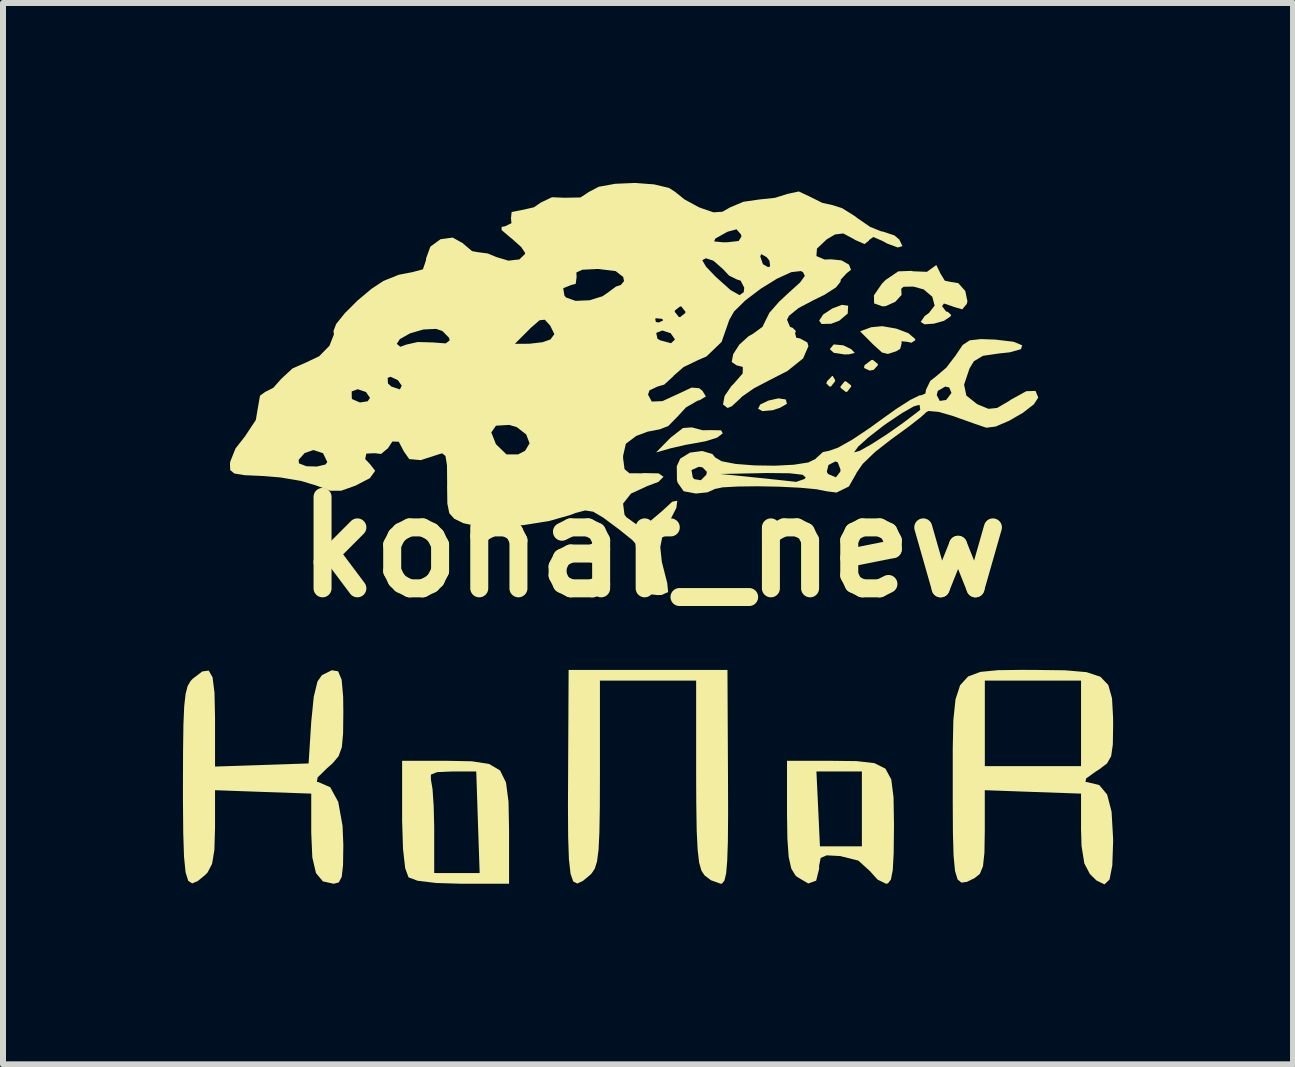
<source format=kicad_pcb>
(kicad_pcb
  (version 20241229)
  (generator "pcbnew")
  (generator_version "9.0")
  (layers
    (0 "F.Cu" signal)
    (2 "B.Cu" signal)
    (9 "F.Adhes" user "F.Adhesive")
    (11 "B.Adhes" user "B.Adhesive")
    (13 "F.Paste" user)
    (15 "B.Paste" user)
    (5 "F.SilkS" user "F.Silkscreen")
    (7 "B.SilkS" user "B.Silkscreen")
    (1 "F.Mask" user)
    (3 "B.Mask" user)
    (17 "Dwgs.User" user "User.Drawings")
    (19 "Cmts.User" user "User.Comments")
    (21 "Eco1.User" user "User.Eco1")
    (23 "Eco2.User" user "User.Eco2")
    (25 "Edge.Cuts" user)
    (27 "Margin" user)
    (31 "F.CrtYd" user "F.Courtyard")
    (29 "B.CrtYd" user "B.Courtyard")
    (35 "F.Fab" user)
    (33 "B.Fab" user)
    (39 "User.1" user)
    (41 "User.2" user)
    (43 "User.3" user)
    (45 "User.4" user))
  (footprint "konar_new"
    (layer "F.Cu")
    (at 7.843 6.069)
    (property "Reference" "konar_new" (at 0 0 0) (layer "F.SilkS") (effects (font (size 1.524 1.524) (thickness 0.3))))
    (attr board_only exclude_from_pos_files exclude_from_bom)
    (fp_poly (pts (xy 3.029 -2.783) (xy 3.03 -2.763) (xy 2.962 -2.677) (xy 2.936 -2.674) (xy 2.883 -2.728) (xy 2.896 -2.763) (xy 2.977 -2.848) (xy 2.991 -2.852)) (stroke (width 0) (type solid)) (fill yes) (layer "F.SilkS"))
    (fp_poly (pts (xy 3.166 -3.362) (xy 3.298 -3.298) (xy 3.358 -3.236) (xy 3.264 -3.212) (xy 3.186 -3.21) (xy 3.008 -3.237) (xy 2.941 -3.298) (xy 3.007 -3.377)) (stroke (width 0) (type solid)) (fill yes) (layer "F.SilkS"))
    (fp_poly (pts (xy 3.295 -2.695) (xy 3.298 -2.674) (xy 3.23 -2.587) (xy 3.208 -2.585) (xy 3.122 -2.652) (xy 3.119 -2.674) (xy 3.187 -2.76) (xy 3.208 -2.763)) (stroke (width 0) (type solid)) (fill yes) (layer "F.SilkS"))
    (fp_poly (pts (xy 3.741 -3.051) (xy 3.743 -3.03) (xy 3.671 -2.952) (xy 3.604 -2.941) (xy 3.512 -2.984) (xy 3.52 -3.03) (xy 3.634 -3.116) (xy 3.659 -3.119)) (stroke (width 0) (type solid)) (fill yes) (layer "F.SilkS"))
    (fp_poly (pts (xy 2.203 -2.46) (xy 2.209 -2.455) (xy 2.227 -2.387) (xy 2.112 -2.321) (xy 1.99 -2.28) (xy 1.819 -2.265) (xy 1.746 -2.304) (xy 1.781 -2.375) (xy 1.919 -2.441) (xy 2.085 -2.478)) (stroke (width 0) (type solid)) (fill yes) (layer "F.SilkS"))
    (fp_poly (pts (xy 3.246 -4.022) (xy 3.247 -4.02) (xy 3.24 -3.891) (xy 3.098 -3.772) (xy 2.963 -3.721) (xy 2.803 -3.718) (xy 2.764 -3.774) (xy 2.831 -3.876) (xy 2.982 -3.976) (xy 3.145 -4.037)) (stroke (width 0) (type solid)) (fill yes) (layer "F.SilkS"))
    (fp_poly (pts (xy 0.642 -1.994) (xy 0.82 -1.946) (xy 0.958 -1.948) (xy 1.128 -1.945) (xy 1.157 -1.895) (xy 1.065 -1.824) (xy 0.873 -1.763) (xy 0.824 -1.754) (xy 0.535 -1.702) (xy 0.283 -1.644) (xy 0.267 -1.639) (xy 0.045 -1.576) (xy 0.285 -1.821) (xy 0.493 -1.983) (xy 0.641 -1.994)) (stroke (width 0) (type solid)) (fill yes) (layer "F.SilkS"))
    (fp_poly (pts (xy 4.047 -3.641) (xy 4.251 -3.564) (xy 4.362 -3.47) (xy 4.367 -3.447) (xy 4.301 -3.405) (xy 4.229 -3.421) (xy 4.135 -3.429) (xy 4.139 -3.395) (xy 4.114 -3.302) (xy 4.047 -3.262) (xy 3.91 -3.218) (xy 3.812 -3.242) (xy 3.68 -3.361) (xy 3.639 -3.401) (xy 3.446 -3.595) (xy 3.633 -3.664) (xy 3.818 -3.681)) (stroke (width 0) (type solid)) (fill yes) (layer "F.SilkS"))
    (fp_poly (pts (xy -3.026 3.573) (xy -2.738 3.618) (xy -2.556 3.726) (xy -2.457 3.927) (xy -2.415 4.247) (xy -2.406 4.716) (xy -2.406 4.753) (xy -2.406 5.615) (xy -3.191 5.615) (xy -3.625 5.602) (xy -3.93 5.565) (xy -4.082 5.508) (xy -4.082 5.508) (xy -4.138 5.355) (xy -4.174 5.035) (xy -4.189 4.561) (xy -4.189 4.483) (xy -4.189 3.795) (xy -3.71 3.795) (xy -3.709 3.882) (xy -3.708 3.884) (xy -3.682 4.037) (xy -3.663 4.314) (xy -3.654 4.659) (xy -3.654 4.731) (xy -3.654 5.436) (xy -2.896 5.437) (xy -2.925 4.59) (xy -2.953 3.743) (xy -3.358 3.743) (xy -3.605 3.754) (xy -3.71 3.795) (xy -4.189 3.795) (xy -4.189 3.565) (xy -3.445 3.565)) (stroke (width 0) (type solid)) (fill yes) (layer "F.SilkS"))
    (fp_poly (pts (xy 1.244 3.832) (xy 1.246 4.449) (xy 1.242 4.909) (xy 1.231 5.233) (xy 1.213 5.444) (xy 1.184 5.563) (xy 1.145 5.611) (xy 1.123 5.615) (xy 0.959 5.556) (xy 0.853 5.475) (xy 0.801 5.396) (xy 0.763 5.262) (xy 0.738 5.047) (xy 0.722 4.727) (xy 0.715 4.275) (xy 0.713 3.781) (xy 0.713 2.228) (xy -0.891 2.228) (xy -0.891 3.774) (xy -0.893 4.341) (xy -0.9 4.756) (xy -0.914 5.047) (xy -0.939 5.241) (xy -0.977 5.364) (xy -1.03 5.443) (xy -1.054 5.467) (xy -1.177 5.569) (xy -1.269 5.611) (xy -1.336 5.577) (xy -1.381 5.448) (xy -1.408 5.206) (xy -1.421 4.835) (xy -1.424 4.316) (xy -1.422 3.832) (xy -1.413 2.05) (xy 1.235 2.05)) (stroke (width 0) (type solid)) (fill yes) (layer "F.SilkS"))
    (fp_poly (pts (xy 3.387 3.57) (xy 3.685 3.604) (xy 3.869 3.696) (xy 3.966 3.876) (xy 4.004 4.172) (xy 4.011 4.614) (xy 4.011 4.682) (xy 4.006 5.11) (xy 3.991 5.388) (xy 3.96 5.545) (xy 3.91 5.609) (xy 3.879 5.615) (xy 3.738 5.546) (xy 3.607 5.401) (xy 3.417 5.229) (xy 3.115 5.153) (xy 2.889 5.141) (xy 2.789 5.185) (xy 2.763 5.313) (xy 2.763 5.367) (xy 2.714 5.563) (xy 2.582 5.61) (xy 2.395 5.5) (xy 2.368 5.475) (xy 2.299 5.362) (xy 2.256 5.169) (xy 2.234 4.861) (xy 2.228 4.45) (xy 2.228 3.743) (xy 2.718 3.743) (xy 2.748 4.367) (xy 2.777 4.991) (xy 3.476 4.991) (xy 3.476 3.743) (xy 3.097 3.743) (xy 2.718 3.743) (xy 2.228 3.743) (xy 2.228 3.565) (xy 2.947 3.565)) (stroke (width 0) (type solid)) (fill yes) (layer "F.SilkS"))
    (fp_poly (pts (xy 4.774 -4.585) (xy 4.777 -4.574) (xy 4.859 -4.439) (xy 4.941 -4.422) (xy 5.084 -4.398) (xy 5.2 -4.267) (xy 5.236 -4.097) (xy 5.225 -4.052) (xy 5.149 -3.962) (xy 5.003 -4.004) (xy 4.992 -4.01) (xy 4.844 -4.059) (xy 4.813 -4.014) (xy 4.881 -3.925) (xy 4.907 -3.921) (xy 4.964 -3.869) (xy 4.953 -3.843) (xy 4.846 -3.771) (xy 4.677 -3.723) (xy 4.521 -3.712) (xy 4.456 -3.751) (xy 4.524 -3.851) (xy 4.593 -3.9) (xy 4.689 -4.024) (xy 4.65 -4.172) (xy 4.506 -4.294) (xy 4.334 -4.341) (xy 4.17 -4.338) (xy 4.132 -4.305) (xy 4.133 -4.304) (xy 4.138 -4.202) (xy 4.034 -4.088) (xy 3.875 -4.016) (xy 3.821 -4.011) (xy 3.68 -4.061) (xy 3.677 -4.195) (xy 3.809 -4.388) (xy 3.872 -4.452) (xy 4.083 -4.595) (xy 4.301 -4.603) (xy 4.331 -4.596) (xy 4.561 -4.587) (xy 4.648 -4.651) (xy 4.717 -4.7)) (stroke (width 0) (type solid)) (fill yes) (layer "F.SilkS"))
    (fp_poly (pts (xy 6.358 2.05) (xy 6.865 2.056) (xy 7.221 2.087) (xy 7.452 2.163) (xy 7.584 2.301) (xy 7.646 2.52) (xy 7.664 2.841) (xy 7.665 2.972) (xy 7.66 3.293) (xy 7.632 3.488) (xy 7.563 3.609) (xy 7.431 3.709) (xy 7.375 3.744) (xy 7.214 3.86) (xy 7.204 3.917) (xy 7.235 3.921) (xy 7.433 3.969) (xy 7.565 4.127) (xy 7.639 4.414) (xy 7.664 4.853) (xy 7.665 4.908) (xy 7.651 5.309) (xy 7.605 5.545) (xy 7.52 5.625) (xy 7.387 5.56) (xy 7.277 5.452) (xy 7.185 5.276) (xy 7.138 4.985) (xy 7.13 4.701) (xy 7.13 4.112) (xy 6.328 4.084) (xy 5.525 4.055) (xy 5.525 4.743) (xy 5.519 5.101) (xy 5.495 5.323) (xy 5.443 5.45) (xy 5.354 5.522) (xy 5.353 5.522) (xy 5.228 5.583) (xy 5.136 5.596) (xy 5.071 5.542) (xy 5.029 5.4) (xy 5.005 5.15) (xy 4.994 4.769) (xy 4.991 4.239) (xy 4.991 4.011) (xy 4.991 3.654) (xy 5.526 3.654) (xy 7.13 3.654) (xy 7.13 2.228) (xy 5.526 2.228) (xy 5.526 3.654) (xy 4.991 3.654) (xy 4.991 3.371) (xy 5.001 2.889) (xy 5.037 2.54) (xy 5.114 2.305) (xy 5.247 2.159) (xy 5.451 2.083) (xy 5.742 2.054) (xy 6.135 2.049)) (stroke (width 0) (type solid)) (fill yes) (layer "F.SilkS"))
    (fp_poly (pts (xy -5.256 2.073) (xy -5.197 2.213) (xy -5.172 2.496) (xy -5.169 2.755) (xy -5.173 3.112) (xy -5.194 3.339) (xy -5.248 3.488) (xy -5.347 3.606) (xy -5.443 3.691) (xy -5.598 3.843) (xy -5.61 3.916) (xy -5.582 3.921) (xy -5.388 4.005) (xy -5.254 4.25) (xy -5.182 4.649) (xy -5.169 4.966) (xy -5.174 5.304) (xy -5.196 5.5) (xy -5.244 5.592) (xy -5.327 5.615) (xy -5.33 5.615) (xy -5.51 5.575) (xy -5.625 5.437) (xy -5.686 5.176) (xy -5.704 4.767) (xy -5.704 4.757) (xy -5.704 4.112) (xy -6.506 4.084) (xy -7.308 4.055) (xy -7.308 4.687) (xy -7.319 5.051) (xy -7.357 5.282) (xy -7.432 5.427) (xy -7.471 5.467) (xy -7.596 5.57) (xy -7.689 5.609) (xy -7.755 5.566) (xy -7.799 5.425) (xy -7.825 5.165) (xy -7.838 4.77) (xy -7.843 4.221) (xy -7.843 3.98) (xy -7.841 3.395) (xy -7.835 2.963) (xy -7.822 2.657) (xy -7.799 2.451) (xy -7.765 2.319) (xy -7.716 2.235) (xy -7.68 2.197) (xy -7.52 2.075) (xy -7.413 2.061) (xy -7.349 2.173) (xy -7.317 2.428) (xy -7.308 2.843) (xy -7.308 2.855) (xy -7.308 3.661) (xy -6.528 3.635) (xy -5.748 3.609) (xy -5.704 2.915) (xy -5.662 2.498) (xy -5.6 2.242) (xy -5.526 2.137) (xy -5.361 2.055)) (stroke (width 0) (type solid)) (fill yes) (layer "F.SilkS"))
    (fp_poly (pts (xy 5.703 -3.457) (xy 6.006 -3.421) (xy 6.149 -3.362) (xy 6.129 -3.298) (xy 5.94 -3.245) (xy 5.762 -3.226) (xy 5.495 -3.187) (xy 5.344 -3.097) (xy 5.271 -2.977) (xy 5.18 -2.706) (xy 5.218 -2.524) (xy 5.394 -2.384) (xy 5.414 -2.374) (xy 5.587 -2.303) (xy 5.731 -2.318) (xy 5.925 -2.431) (xy 5.963 -2.457) (xy 6.217 -2.597) (xy 6.371 -2.602) (xy 6.417 -2.491) (xy 6.343 -2.378) (xy 6.161 -2.237) (xy 5.929 -2.103) (xy 5.707 -2.008) (xy 5.552 -1.988) (xy 5.549 -1.989) (xy 5.372 -2.049) (xy 5.11 -2.142) (xy 4.999 -2.182) (xy 4.757 -2.252) (xy 4.59 -2.267) (xy 4.553 -2.25) (xy 4.459 -2.164) (xy 4.259 -2.008) (xy 3.995 -1.816) (xy 3.966 -1.795) (xy 3.696 -1.584) (xy 3.489 -1.384) (xy 3.387 -1.237) (xy 3.385 -1.229) (xy 3.259 -1.008) (xy 3.053 -0.907) (xy 2.886 -0.929) (xy 2.72 -0.962) (xy 2.442 -0.988) (xy 2.1 -1.005) (xy 1.741 -1.012) (xy 1.41 -1.008) (xy 1.154 -0.994) (xy 1.021 -0.967) (xy 1.012 -0.96) (xy 0.902 -0.911) (xy 0.709 -0.891) (xy 0.505 -0.929) (xy 0.405 -1.071) (xy 0.393 -1.115) (xy 0.391 -1.282) (xy 0.635 -1.282) (xy 0.657 -1.159) (xy 0.681 -1.131) (xy 0.792 -1.113) (xy 0.882 -1.204) (xy 0.885 -1.217) (xy 1.114 -1.217) (xy 1.693 -1.159) (xy 2.009 -1.126) (xy 2.258 -1.099) (xy 2.379 -1.085) (xy 2.519 -1.133) (xy 2.54 -1.159) (xy 2.488 -1.204) (xy 2.269 -1.229) (xy 1.894 -1.233) (xy 1.855 -1.232) (xy 1.114 -1.217) (xy 0.885 -1.217) (xy 0.891 -1.253) (xy 2.891 -1.253) (xy 2.914 -1.216) (xy 3.043 -1.161) (xy 3.117 -1.257) (xy 3.119 -1.292) (xy 3.074 -1.411) (xy 3.035 -1.426) (xy 2.919 -1.367) (xy 2.891 -1.253) (xy 0.891 -1.253) (xy 0.891 -1.253) (xy 0.819 -1.327) (xy 0.758 -1.337) (xy 0.635 -1.282) (xy 0.391 -1.282) (xy 0.39 -1.346) (xy 0.447 -1.472) (xy 0.609 -1.573) (xy 0.814 -1.6) (xy 0.983 -1.55) (xy 1.03 -1.493) (xy 1.138 -1.429) (xy 1.374 -1.384) (xy 1.686 -1.36) (xy 2.025 -1.355) (xy 2.341 -1.371) (xy 2.584 -1.409) (xy 2.705 -1.469) (xy 2.708 -1.475) (xy 2.827 -1.583) (xy 2.841 -1.585) (xy 3.351 -1.585) (xy 3.353 -1.578) (xy 3.442 -1.604) (xy 3.632 -1.711) (xy 3.885 -1.873) (xy 4.159 -2.065) (xy 4.416 -2.26) (xy 4.449 -2.287) (xy 4.439 -2.364) (xy 4.434 -2.369) (xy 4.343 -2.345) (xy 4.15 -2.235) (xy 3.892 -2.062) (xy 3.841 -2.026) (xy 3.59 -1.831) (xy 3.416 -1.675) (xy 3.351 -1.585) (xy 2.841 -1.585) (xy 2.932 -1.604) (xy 3.079 -1.656) (xy 3.322 -1.793) (xy 3.619 -1.992) (xy 3.753 -2.09) (xy 4.045 -2.299) (xy 4.286 -2.453) (xy 4.439 -2.528) (xy 4.472 -2.53) (xy 4.477 -2.533) (xy 4.724 -2.533) (xy 4.775 -2.435) (xy 4.882 -2.451) (xy 4.97 -2.568) (xy 4.932 -2.659) (xy 4.865 -2.674) (xy 4.742 -2.602) (xy 4.724 -2.533) (xy 4.477 -2.533) (xy 4.535 -2.559) (xy 4.545 -2.621) (xy 4.616 -2.768) (xy 4.719 -2.849) (xy 4.884 -2.99) (xy 5.046 -3.202) (xy 5.052 -3.213) (xy 5.157 -3.368) (xy 5.274 -3.445) (xy 5.461 -3.466)) (stroke (width 0) (type solid)) (fill yes) (layer "F.SilkS"))
    (fp_poly (pts (xy 0.013 -6.045) (xy 0.262 -5.985) (xy 0.361 -5.922) (xy 0.519 -5.794) (xy 0.753 -5.667) (xy 0.781 -5.655) (xy 1.003 -5.579) (xy 1.152 -5.589) (xy 1.276 -5.66) (xy 1.501 -5.755) (xy 1.764 -5.793) (xy 2.027 -5.821) (xy 2.235 -5.886) (xy 2.424 -5.927) (xy 2.606 -5.842) (xy 2.818 -5.736) (xy 2.97 -5.704) (xy 3.146 -5.649) (xy 3.363 -5.513) (xy 3.403 -5.481) (xy 3.616 -5.335) (xy 3.802 -5.261) (xy 3.828 -5.258) (xy 4.019 -5.194) (xy 4.1 -5.125) (xy 4.152 -5.016) (xy 4.075 -4.993) (xy 3.897 -5.059) (xy 3.819 -5.102) (xy 3.667 -5.168) (xy 3.596 -5.117) (xy 3.591 -5.105) (xy 3.521 -5.05) (xy 3.368 -5.117) (xy 3.335 -5.137) (xy 3.166 -5.227) (xy 3.028 -5.21) (xy 2.891 -5.129) (xy 2.727 -4.974) (xy 2.718 -4.85) (xy 2.856 -4.792) (xy 2.963 -4.796) (xy 3.136 -4.778) (xy 3.261 -4.707) (xy 3.295 -4.621) (xy 3.224 -4.565) (xy 3.125 -4.459) (xy 3.119 -4.421) (xy 3.044 -4.327) (xy 2.851 -4.203) (xy 2.674 -4.117) (xy 2.42 -3.983) (xy 2.26 -3.853) (xy 2.228 -3.788) (xy 2.279 -3.669) (xy 2.322 -3.654) (xy 2.376 -3.599) (xy 2.362 -3.565) (xy 2.382 -3.489) (xy 2.446 -3.476) (xy 2.567 -3.41) (xy 2.585 -3.348) (xy 2.496 -3.143) (xy 2.235 -2.934) (xy 1.934 -2.78) (xy 1.678 -2.646) (xy 1.48 -2.508) (xy 1.437 -2.465) (xy 1.306 -2.345) (xy 1.237 -2.317) (xy 1.161 -2.376) (xy 1.187 -2.516) (xy 1.3 -2.682) (xy 1.337 -2.718) (xy 1.489 -2.893) (xy 1.491 -3.001) (xy 1.383 -3.03) (xy 1.306 -3.084) (xy 1.331 -3.215) (xy 1.433 -3.374) (xy 1.587 -3.513) (xy 1.659 -3.553) (xy 1.819 -3.67) (xy 1.872 -3.779) (xy 1.935 -3.905) (xy 2.098 -4.091) (xy 2.241 -4.224) (xy 2.446 -4.41) (xy 2.525 -4.52) (xy 2.494 -4.582) (xy 2.458 -4.6) (xy 2.3 -4.582) (xy 2.061 -4.473) (xy 1.791 -4.306) (xy 1.536 -4.113) (xy 1.345 -3.926) (xy 1.266 -3.787) (xy 1.137 -3.418) (xy 0.886 -3.177) (xy 0.739 -3.113) (xy 0.503 -2.999) (xy 0.338 -2.855) (xy 0.331 -2.844) (xy 0.181 -2.707) (xy 0.068 -2.674) (xy -0.065 -2.611) (xy -0.089 -2.54) (xy -0.027 -2.424) (xy 0.152 -2.432) (xy 0.435 -2.562) (xy 0.637 -2.657) (xy 0.763 -2.647) (xy 0.819 -2.603) (xy 0.875 -2.509) (xy 0.776 -2.449) (xy 0.738 -2.439) (xy 0.544 -2.327) (xy 0.403 -2.174) (xy 0.249 -2.017) (xy 0.105 -1.961) (xy -0.093 -1.923) (xy -0.286 -1.851) (xy -0.459 -1.721) (xy -0.505 -1.518) (xy -0.504 -1.473) (xy -0.481 -1.298) (xy -0.4 -1.229) (xy -0.207 -1.228) (xy -0.156 -1.232) (xy 0.088 -1.227) (xy 0.169 -1.17) (xy 0.084 -1.085) (xy -0.102 -1.015) (xy -0.373 -0.89) (xy -0.505 -0.723) (xy -0.482 -0.54) (xy -0.452 -0.498) (xy -0.275 -0.371) (xy -0.079 -0.409) (xy 0.139 -0.593) (xy 0.315 -0.755) (xy 0.399 -0.771) (xy 0.383 -0.652) (xy 0.26 -0.409) (xy 0.154 -0.197) (xy 0.115 0.002) (xy 0.141 0.248) (xy 0.231 0.602) (xy 0.231 0.602) (xy 0.246 0.751) (xy 0.139 0.8) (xy 0.07 0.802) (xy -0.121 0.781) (xy -0.207 0.744) (xy -0.232 0.626) (xy -0.22 0.408) (xy -0.212 0.354) (xy -0.192 0.161) (xy -0.229 0.022) (xy -0.353 -0.117) (xy -0.583 -0.301) (xy -0.837 -0.49) (xy -1.003 -0.588) (xy -1.137 -0.609) (xy -1.293 -0.568) (xy -1.394 -0.53) (xy -1.742 -0.432) (xy -2.156 -0.366) (xy -2.574 -0.336) (xy -2.936 -0.347) (xy -3.166 -0.396) (xy -3.319 -0.47) (xy -3.402 -0.562) (xy -3.435 -0.723) (xy -3.439 -1.004) (xy -3.438 -1.059) (xy -3.441 -1.361) (xy -3.466 -1.517) (xy -3.521 -1.561) (xy -3.565 -1.549) (xy -3.877 -1.448) (xy -4.07 -1.465) (xy -4.16 -1.593) (xy -4.245 -1.755) (xy -4.352 -1.758) (xy -4.425 -1.646) (xy -4.54 -1.551) (xy -4.645 -1.563) (xy -4.785 -1.557) (xy -4.805 -1.466) (xy -4.724 -1.381) (xy -4.638 -1.27) (xy -4.727 -1.147) (xy -4.967 -1.022) (xy -5.204 -0.938) (xy -5.383 -0.937) (xy -5.606 -1.019) (xy -5.613 -1.022) (xy -5.874 -1.101) (xy -6.225 -1.16) (xy -6.506 -1.183) (xy -6.817 -1.197) (xy -6.987 -1.225) (xy -7.055 -1.282) (xy -7.059 -1.385) (xy -7.054 -1.424) (xy -7.042 -1.454) (xy -5.913 -1.454) (xy -5.91 -1.395) (xy -5.785 -1.346) (xy -5.61 -1.341) (xy -5.469 -1.374) (xy -5.436 -1.415) (xy -5.507 -1.563) (xy -5.667 -1.616) (xy -5.814 -1.566) (xy -5.913 -1.454) (xy -7.042 -1.454) (xy -6.967 -1.642) (xy -6.809 -1.843) (xy -6.765 -1.91) (xy -2.702 -1.91) (xy -2.626 -1.716) (xy -2.623 -1.712) (xy -2.449 -1.543) (xy -2.256 -1.543) (xy -2.139 -1.603) (xy -2.064 -1.728) (xy -2.12 -1.876) (xy -2.276 -1.997) (xy -2.403 -2.035) (xy -2.624 -2.022) (xy -2.702 -1.91) (xy -6.765 -1.91) (xy -6.628 -2.117) (xy -6.595 -2.313) (xy -6.558 -2.522) (xy -6.472 -2.585) (xy -6.455 -2.593) (xy -5.03 -2.593) (xy -5.028 -2.475) (xy -5.018 -2.463) (xy -4.892 -2.409) (xy -4.763 -2.429) (xy -4.724 -2.486) (xy -4.791 -2.583) (xy -4.928 -2.63) (xy -5.03 -2.593) (xy -6.455 -2.593) (xy -6.337 -2.653) (xy -6.207 -2.8) (xy -6.187 -2.819) (xy -4.43 -2.819) (xy -4.425 -2.726) (xy -4.367 -2.674) (xy -4.226 -2.627) (xy -4.195 -2.689) (xy -4.26 -2.781) (xy -4.382 -2.838) (xy -4.43 -2.819) (xy -6.187 -2.819) (xy -6.017 -2.976) (xy -5.795 -3.074) (xy -5.573 -3.179) (xy -5.4 -3.355) (xy -5.388 -3.386) (xy -4.278 -3.386) (xy -4.218 -3.337) (xy -4.122 -3.373) (xy -4.061 -3.387) (xy -2.309 -3.387) (xy -2.068 -3.388) (xy -1.846 -3.414) (xy -1.716 -3.46) (xy -1.651 -3.548) (xy -1.661 -3.569) (xy 0.047 -3.569) (xy 0.068 -3.472) (xy 0.111 -3.446) (xy 0.294 -3.397) (xy 0.356 -3.454) (xy 0.356 -3.466) (xy 0.288 -3.564) (xy 0.15 -3.609) (xy 0.047 -3.569) (xy -1.661 -3.569) (xy -1.718 -3.686) (xy -1.723 -3.693) (xy -1.81 -3.789) (xy -1.897 -3.78) (xy -2.041 -3.655) (xy -2.075 -3.621) (xy -2.309 -3.387) (xy -4.061 -3.387) (xy -3.928 -3.417) (xy -3.674 -3.41) (xy -3.665 -3.409) (xy -3.462 -3.394) (xy -3.397 -3.443) (xy -3.405 -3.486) (xy -3.517 -3.6) (xy -3.622 -3.636) (xy -3.833 -3.626) (xy -4.058 -3.561) (xy -4.227 -3.465) (xy -4.278 -3.386) (xy -5.388 -3.386) (xy -5.326 -3.544) (xy -5.333 -3.601) (xy -5.289 -3.717) (xy -5.22 -3.803) (xy 0.03 -3.803) (xy 0.042 -3.75) (xy 0.089 -3.743) (xy 0.162 -3.776) (xy 0.149 -3.803) (xy 0.043 -3.813) (xy 0.03 -3.803) (xy -5.22 -3.803) (xy -5.142 -3.9) (xy -5.12 -3.921) (xy 0.356 -3.921) (xy 0.424 -3.835) (xy 0.446 -3.832) (xy 0.532 -3.9) (xy 0.535 -3.921) (xy 0.467 -4.008) (xy 0.446 -4.011) (xy 0.359 -3.943) (xy 0.356 -3.921) (xy -5.12 -3.921) (xy -4.933 -4.108) (xy -4.703 -4.301) (xy -4.684 -4.314) (xy -1.503 -4.314) (xy -1.483 -4.191) (xy -1.456 -4.159) (xy -1.297 -4.103) (xy -1.065 -4.113) (xy -0.848 -4.18) (xy -0.77 -4.233) (xy -0.621 -4.343) (xy -0.544 -4.367) (xy -0.489 -4.432) (xy -0.503 -4.501) (xy -0.628 -4.599) (xy -0.912 -4.634) (xy -0.943 -4.634) (xy -1.185 -4.622) (xy -1.284 -4.576) (xy -1.28 -4.501) (xy -1.295 -4.387) (xy -1.372 -4.367) (xy -1.503 -4.314) (xy -4.684 -4.314) (xy -4.501 -4.435) (xy -4.245 -4.538) (xy -4.013 -4.583) (xy -3.842 -4.629) (xy -3.79 -4.784) (xy -3.79 -4.81) (xy -3.718 -5.007) (xy -3.548 -5.131) (xy -3.346 -5.158) (xy -3.174 -5.063) (xy -3.163 -5.05) (xy -3.022 -4.932) (xy -2.927 -4.915) (xy -2.761 -4.893) (xy -2.613 -4.832) (xy -2.415 -4.773) (xy -2.351 -4.781) (xy 0.815 -4.781) (xy 0.878 -4.673) (xy 1.043 -4.501) (xy 1.288 -4.282) (xy 1.437 -4.199) (xy 1.506 -4.247) (xy 1.515 -4.322) (xy 1.454 -4.441) (xy 1.401 -4.456) (xy 1.265 -4.522) (xy 1.159 -4.634) (xy 1 -4.773) (xy 0.876 -4.813) (xy 0.815 -4.781) (xy -2.351 -4.781) (xy -2.234 -4.794) (xy -2.181 -4.845) (xy 1.782 -4.845) (xy 1.826 -4.715) (xy 1.914 -4.664) (xy 1.947 -4.68) (xy 1.935 -4.772) (xy 1.888 -4.832) (xy 1.798 -4.882) (xy 1.782 -4.845) (xy -2.181 -4.845) (xy -2.141 -4.884) (xy -2.139 -4.904) (xy -2.204 -5.001) (xy -2.308 -5.094) (xy 1.013 -5.094) (xy 1.157 -5.08) (xy 1.23 -5.08) (xy 1.422 -5.101) (xy 1.469 -5.177) (xy 1.459 -5.212) (xy 1.386 -5.296) (xy 1.242 -5.257) (xy 1.217 -5.245) (xy 1.033 -5.142) (xy 1.013 -5.094) (xy -2.308 -5.094) (xy -2.362 -5.142) (xy -2.384 -5.159) (xy -2.53 -5.283) (xy -2.53 -5.337) (xy -2.476 -5.345) (xy -2.366 -5.398) (xy -2.374 -5.481) (xy -2.363 -5.584) (xy -2.204 -5.615) (xy -2.204 -5.615) (xy -1.991 -5.663) (xy -1.877 -5.742) (xy -1.69 -5.831) (xy -1.483 -5.822) (xy -1.215 -5.827) (xy -1.077 -5.918) (xy -0.913 -6.005) (xy -0.636 -6.055) (xy -0.307 -6.069)) (stroke (width 0) (type solid)) (fill yes) (layer "F.SilkS")))
  (gr_rect
    (start -3 -3)
    (end 18.507 14.694)
    (stroke (width 0.1) (type default))
    (fill no)
    (layer "Edge.Cuts")))
</source>
